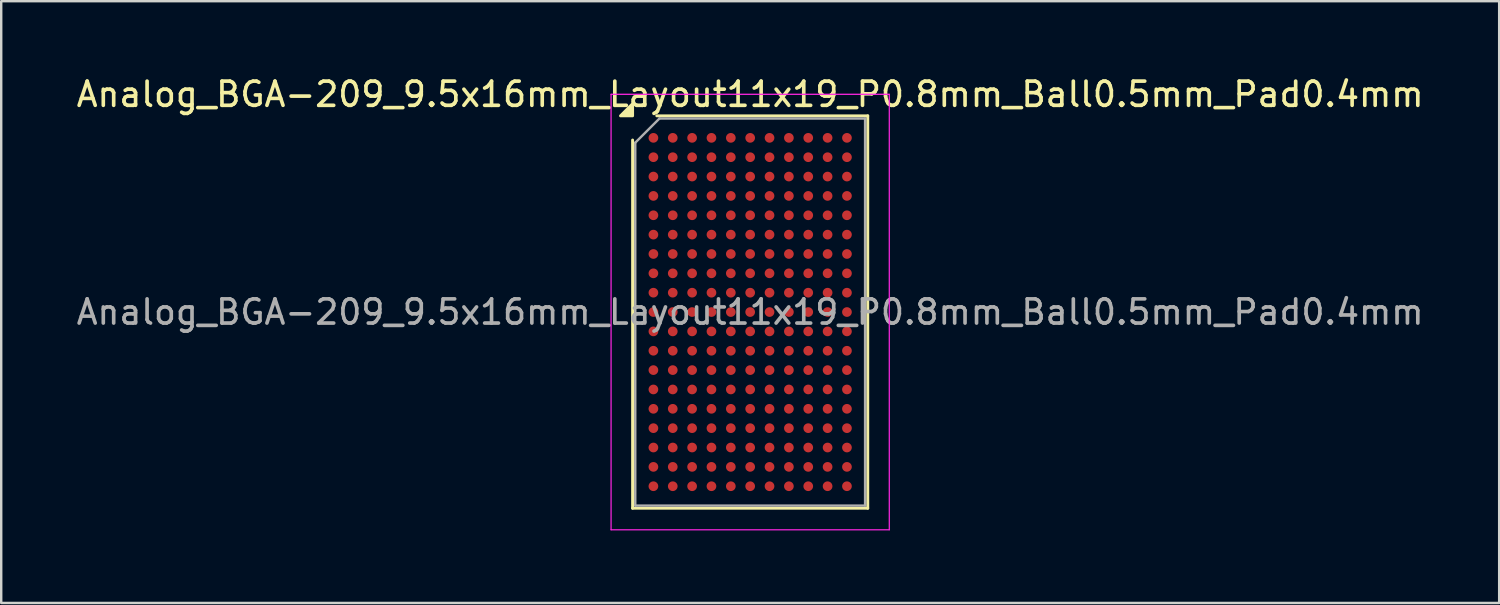
<source format=kicad_pcb>
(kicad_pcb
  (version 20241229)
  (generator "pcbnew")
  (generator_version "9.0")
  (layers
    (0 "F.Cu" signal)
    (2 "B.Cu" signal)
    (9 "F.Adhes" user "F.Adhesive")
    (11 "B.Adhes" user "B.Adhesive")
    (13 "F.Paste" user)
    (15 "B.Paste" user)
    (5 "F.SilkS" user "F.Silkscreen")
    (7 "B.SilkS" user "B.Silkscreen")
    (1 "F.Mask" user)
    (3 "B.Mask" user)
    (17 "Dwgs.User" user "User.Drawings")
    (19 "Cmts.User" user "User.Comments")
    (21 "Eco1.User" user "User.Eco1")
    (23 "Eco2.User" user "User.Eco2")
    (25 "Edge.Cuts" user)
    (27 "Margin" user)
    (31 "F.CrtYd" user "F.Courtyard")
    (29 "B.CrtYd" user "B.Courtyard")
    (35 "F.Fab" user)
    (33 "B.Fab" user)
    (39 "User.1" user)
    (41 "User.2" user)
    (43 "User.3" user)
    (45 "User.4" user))
  (footprint "Analog_BGA-209_9.5x16mm_Layout11x19_P0.8mm_Ball0.5mm_Pad0.4mm"
    (layer "F.Cu")
    (at 27.958 9.848)
    (property "Reference" "Analog_BGA-209_9.5x16mm_Layout11x19_P0.8mm_Ball0.5mm_Pad0.4mm" (at 0 -9 0) (layer "F.SilkS") (effects (font (size 1 1) (thickness 0.15))))
    (attr smd)
    (fp_line (start -4.86 8.11) (end -4.86 -7.11) (stroke (width 0.12) (type solid)) (layer "F.SilkS"))
    (fp_line (start -3.86 -8.11) (end 4.86 -8.11) (stroke (width 0.12) (type solid)) (layer "F.SilkS"))
    (fp_line (start 4.86 -8.11) (end 4.86 8.11) (stroke (width 0.12) (type solid)) (layer "F.SilkS"))
    (fp_line (start 4.86 8.11) (end -4.86 8.11) (stroke (width 0.12) (type solid)) (layer "F.SilkS"))
    (fp_poly (pts (xy -4.86 -8.11) (xy -5.36 -8.11) (xy -4.86 -8.61) (xy -4.86 -8.11)) (stroke (width 0.12) (type solid)) (fill yes) (layer "F.SilkS"))
    (fp_line (start -5.75 -9) (end -5.75 9) (stroke (width 0.05) (type solid)) (layer "F.CrtYd"))
    (fp_line (start -5.75 9) (end 5.75 9) (stroke (width 0.05) (type solid)) (layer "F.CrtYd"))
    (fp_line (start 5.75 -9) (end -5.75 -9) (stroke (width 0.05) (type solid)) (layer "F.CrtYd"))
    (fp_line (start 5.75 9) (end 5.75 -9) (stroke (width 0.05) (type solid)) (layer "F.CrtYd"))
    (fp_line (start -4.75 -7) (end -3.75 -8) (stroke (width 0.1) (type solid)) (layer "F.Fab"))
    (fp_line (start -4.75 8) (end -4.75 -7) (stroke (width 0.1) (type solid)) (layer "F.Fab"))
    (fp_line (start -3.75 -8) (end 4.75 -8) (stroke (width 0.1) (type solid)) (layer "F.Fab"))
    (fp_line (start 4.75 -8) (end 4.75 8) (stroke (width 0.1) (type solid)) (layer "F.Fab"))
    (fp_line (start 4.75 8) (end -4.75 8) (stroke (width 0.1) (type solid)) (layer "F.Fab"))
    (fp_text user "${REFERENCE}" (at 0 0 0) (layer "F.Fab") (effects (font (size 1 1) (thickness 0.15))))
    (pad "A1" smd circle (at -4 -7.2) (size 0.4 0.4) (property pad_prop_bga) (layers "F.Cu" "F.Mask" "F.Paste"))
    (pad "A2" smd circle (at -3.2 -7.2) (size 0.4 0.4) (property pad_prop_bga) (layers "F.Cu" "F.Mask" "F.Paste"))
    (pad "A3" smd circle (at -2.4 -7.2) (size 0.4 0.4) (property pad_prop_bga) (layers "F.Cu" "F.Mask" "F.Paste"))
    (pad "A4" smd circle (at -1.6 -7.2) (size 0.4 0.4) (property pad_prop_bga) (layers "F.Cu" "F.Mask" "F.Paste"))
    (pad "A5" smd circle (at -0.8 -7.2) (size 0.4 0.4) (property pad_prop_bga) (layers "F.Cu" "F.Mask" "F.Paste"))
    (pad "A6" smd circle (at 0 -7.2) (size 0.4 0.4) (property pad_prop_bga) (layers "F.Cu" "F.Mask" "F.Paste"))
    (pad "A7" smd circle (at 0.8 -7.2) (size 0.4 0.4) (property pad_prop_bga) (layers "F.Cu" "F.Mask" "F.Paste"))
    (pad "A8" smd circle (at 1.6 -7.2) (size 0.4 0.4) (property pad_prop_bga) (layers "F.Cu" "F.Mask" "F.Paste"))
    (pad "A9" smd circle (at 2.4 -7.2) (size 0.4 0.4) (property pad_prop_bga) (layers "F.Cu" "F.Mask" "F.Paste"))
    (pad "A10" smd circle (at 3.2 -7.2) (size 0.4 0.4) (property pad_prop_bga) (layers "F.Cu" "F.Mask" "F.Paste"))
    (pad "A11" smd circle (at 4 -7.2) (size 0.4 0.4) (property pad_prop_bga) (layers "F.Cu" "F.Mask" "F.Paste"))
    (pad "B1" smd circle (at -4 -6.4) (size 0.4 0.4) (property pad_prop_bga) (layers "F.Cu" "F.Mask" "F.Paste"))
    (pad "B2" smd circle (at -3.2 -6.4) (size 0.4 0.4) (property pad_prop_bga) (layers "F.Cu" "F.Mask" "F.Paste"))
    (pad "B3" smd circle (at -2.4 -6.4) (size 0.4 0.4) (property pad_prop_bga) (layers "F.Cu" "F.Mask" "F.Paste"))
    (pad "B4" smd circle (at -1.6 -6.4) (size 0.4 0.4) (property pad_prop_bga) (layers "F.Cu" "F.Mask" "F.Paste"))
    (pad "B5" smd circle (at -0.8 -6.4) (size 0.4 0.4) (property pad_prop_bga) (layers "F.Cu" "F.Mask" "F.Paste"))
    (pad "B6" smd circle (at 0 -6.4) (size 0.4 0.4) (property pad_prop_bga) (layers "F.Cu" "F.Mask" "F.Paste"))
    (pad "B7" smd circle (at 0.8 -6.4) (size 0.4 0.4) (property pad_prop_bga) (layers "F.Cu" "F.Mask" "F.Paste"))
    (pad "B8" smd circle (at 1.6 -6.4) (size 0.4 0.4) (property pad_prop_bga) (layers "F.Cu" "F.Mask" "F.Paste"))
    (pad "B9" smd circle (at 2.4 -6.4) (size 0.4 0.4) (property pad_prop_bga) (layers "F.Cu" "F.Mask" "F.Paste"))
    (pad "B10" smd circle (at 3.2 -6.4) (size 0.4 0.4) (property pad_prop_bga) (layers "F.Cu" "F.Mask" "F.Paste"))
    (pad "B11" smd circle (at 4 -6.4) (size 0.4 0.4) (property pad_prop_bga) (layers "F.Cu" "F.Mask" "F.Paste"))
    (pad "C1" smd circle (at -4 -5.6) (size 0.4 0.4) (property pad_prop_bga) (layers "F.Cu" "F.Mask" "F.Paste"))
    (pad "C2" smd circle (at -3.2 -5.6) (size 0.4 0.4) (property pad_prop_bga) (layers "F.Cu" "F.Mask" "F.Paste"))
    (pad "C3" smd circle (at -2.4 -5.6) (size 0.4 0.4) (property pad_prop_bga) (layers "F.Cu" "F.Mask" "F.Paste"))
    (pad "C4" smd circle (at -1.6 -5.6) (size 0.4 0.4) (property pad_prop_bga) (layers "F.Cu" "F.Mask" "F.Paste"))
    (pad "C5" smd circle (at -0.8 -5.6) (size 0.4 0.4) (property pad_prop_bga) (layers "F.Cu" "F.Mask" "F.Paste"))
    (pad "C6" smd circle (at 0 -5.6) (size 0.4 0.4) (property pad_prop_bga) (layers "F.Cu" "F.Mask" "F.Paste"))
    (pad "C7" smd circle (at 0.8 -5.6) (size 0.4 0.4) (property pad_prop_bga) (layers "F.Cu" "F.Mask" "F.Paste"))
    (pad "C8" smd circle (at 1.6 -5.6) (size 0.4 0.4) (property pad_prop_bga) (layers "F.Cu" "F.Mask" "F.Paste"))
    (pad "C9" smd circle (at 2.4 -5.6) (size 0.4 0.4) (property pad_prop_bga) (layers "F.Cu" "F.Mask" "F.Paste"))
    (pad "C10" smd circle (at 3.2 -5.6) (size 0.4 0.4) (property pad_prop_bga) (layers "F.Cu" "F.Mask" "F.Paste"))
    (pad "C11" smd circle (at 4 -5.6) (size 0.4 0.4) (property pad_prop_bga) (layers "F.Cu" "F.Mask" "F.Paste"))
    (pad "D1" smd circle (at -4 -4.8) (size 0.4 0.4) (property pad_prop_bga) (layers "F.Cu" "F.Mask" "F.Paste"))
    (pad "D2" smd circle (at -3.2 -4.8) (size 0.4 0.4) (property pad_prop_bga) (layers "F.Cu" "F.Mask" "F.Paste"))
    (pad "D3" smd circle (at -2.4 -4.8) (size 0.4 0.4) (property pad_prop_bga) (layers "F.Cu" "F.Mask" "F.Paste"))
    (pad "D4" smd circle (at -1.6 -4.8) (size 0.4 0.4) (property pad_prop_bga) (layers "F.Cu" "F.Mask" "F.Paste"))
    (pad "D5" smd circle (at -0.8 -4.8) (size 0.4 0.4) (property pad_prop_bga) (layers "F.Cu" "F.Mask" "F.Paste"))
    (pad "D6" smd circle (at 0 -4.8) (size 0.4 0.4) (property pad_prop_bga) (layers "F.Cu" "F.Mask" "F.Paste"))
    (pad "D7" smd circle (at 0.8 -4.8) (size 0.4 0.4) (property pad_prop_bga) (layers "F.Cu" "F.Mask" "F.Paste"))
    (pad "D8" smd circle (at 1.6 -4.8) (size 0.4 0.4) (property pad_prop_bga) (layers "F.Cu" "F.Mask" "F.Paste"))
    (pad "D9" smd circle (at 2.4 -4.8) (size 0.4 0.4) (property pad_prop_bga) (layers "F.Cu" "F.Mask" "F.Paste"))
    (pad "D10" smd circle (at 3.2 -4.8) (size 0.4 0.4) (property pad_prop_bga) (layers "F.Cu" "F.Mask" "F.Paste"))
    (pad "D11" smd circle (at 4 -4.8) (size 0.4 0.4) (property pad_prop_bga) (layers "F.Cu" "F.Mask" "F.Paste"))
    (pad "E1" smd circle (at -4 -4) (size 0.4 0.4) (property pad_prop_bga) (layers "F.Cu" "F.Mask" "F.Paste"))
    (pad "E2" smd circle (at -3.2 -4) (size 0.4 0.4) (property pad_prop_bga) (layers "F.Cu" "F.Mask" "F.Paste"))
    (pad "E3" smd circle (at -2.4 -4) (size 0.4 0.4) (property pad_prop_bga) (layers "F.Cu" "F.Mask" "F.Paste"))
    (pad "E4" smd circle (at -1.6 -4) (size 0.4 0.4) (property pad_prop_bga) (layers "F.Cu" "F.Mask" "F.Paste"))
    (pad "E5" smd circle (at -0.8 -4) (size 0.4 0.4) (property pad_prop_bga) (layers "F.Cu" "F.Mask" "F.Paste"))
    (pad "E6" smd circle (at 0 -4) (size 0.4 0.4) (property pad_prop_bga) (layers "F.Cu" "F.Mask" "F.Paste"))
    (pad "E7" smd circle (at 0.8 -4) (size 0.4 0.4) (property pad_prop_bga) (layers "F.Cu" "F.Mask" "F.Paste"))
    (pad "E8" smd circle (at 1.6 -4) (size 0.4 0.4) (property pad_prop_bga) (layers "F.Cu" "F.Mask" "F.Paste"))
    (pad "E9" smd circle (at 2.4 -4) (size 0.4 0.4) (property pad_prop_bga) (layers "F.Cu" "F.Mask" "F.Paste"))
    (pad "E10" smd circle (at 3.2 -4) (size 0.4 0.4) (property pad_prop_bga) (layers "F.Cu" "F.Mask" "F.Paste"))
    (pad "E11" smd circle (at 4 -4) (size 0.4 0.4) (property pad_prop_bga) (layers "F.Cu" "F.Mask" "F.Paste"))
    (pad "F1" smd circle (at -4 -3.2) (size 0.4 0.4) (property pad_prop_bga) (layers "F.Cu" "F.Mask" "F.Paste"))
    (pad "F2" smd circle (at -3.2 -3.2) (size 0.4 0.4) (property pad_prop_bga) (layers "F.Cu" "F.Mask" "F.Paste"))
    (pad "F3" smd circle (at -2.4 -3.2) (size 0.4 0.4) (property pad_prop_bga) (layers "F.Cu" "F.Mask" "F.Paste"))
    (pad "F4" smd circle (at -1.6 -3.2) (size 0.4 0.4) (property pad_prop_bga) (layers "F.Cu" "F.Mask" "F.Paste"))
    (pad "F5" smd circle (at -0.8 -3.2) (size 0.4 0.4) (property pad_prop_bga) (layers "F.Cu" "F.Mask" "F.Paste"))
    (pad "F6" smd circle (at 0 -3.2) (size 0.4 0.4) (property pad_prop_bga) (layers "F.Cu" "F.Mask" "F.Paste"))
    (pad "F7" smd circle (at 0.8 -3.2) (size 0.4 0.4) (property pad_prop_bga) (layers "F.Cu" "F.Mask" "F.Paste"))
    (pad "F8" smd circle (at 1.6 -3.2) (size 0.4 0.4) (property pad_prop_bga) (layers "F.Cu" "F.Mask" "F.Paste"))
    (pad "F9" smd circle (at 2.4 -3.2) (size 0.4 0.4) (property pad_prop_bga) (layers "F.Cu" "F.Mask" "F.Paste"))
    (pad "F10" smd circle (at 3.2 -3.2) (size 0.4 0.4) (property pad_prop_bga) (layers "F.Cu" "F.Mask" "F.Paste"))
    (pad "F11" smd circle (at 4 -3.2) (size 0.4 0.4) (property pad_prop_bga) (layers "F.Cu" "F.Mask" "F.Paste"))
    (pad "G1" smd circle (at -4 -2.4) (size 0.4 0.4) (property pad_prop_bga) (layers "F.Cu" "F.Mask" "F.Paste"))
    (pad "G2" smd circle (at -3.2 -2.4) (size 0.4 0.4) (property pad_prop_bga) (layers "F.Cu" "F.Mask" "F.Paste"))
    (pad "G3" smd circle (at -2.4 -2.4) (size 0.4 0.4) (property pad_prop_bga) (layers "F.Cu" "F.Mask" "F.Paste"))
    (pad "G4" smd circle (at -1.6 -2.4) (size 0.4 0.4) (property pad_prop_bga) (layers "F.Cu" "F.Mask" "F.Paste"))
    (pad "G5" smd circle (at -0.8 -2.4) (size 0.4 0.4) (property pad_prop_bga) (layers "F.Cu" "F.Mask" "F.Paste"))
    (pad "G6" smd circle (at 0 -2.4) (size 0.4 0.4) (property pad_prop_bga) (layers "F.Cu" "F.Mask" "F.Paste"))
    (pad "G7" smd circle (at 0.8 -2.4) (size 0.4 0.4) (property pad_prop_bga) (layers "F.Cu" "F.Mask" "F.Paste"))
    (pad "G8" smd circle (at 1.6 -2.4) (size 0.4 0.4) (property pad_prop_bga) (layers "F.Cu" "F.Mask" "F.Paste"))
    (pad "G9" smd circle (at 2.4 -2.4) (size 0.4 0.4) (property pad_prop_bga) (layers "F.Cu" "F.Mask" "F.Paste"))
    (pad "G10" smd circle (at 3.2 -2.4) (size 0.4 0.4) (property pad_prop_bga) (layers "F.Cu" "F.Mask" "F.Paste"))
    (pad "G11" smd circle (at 4 -2.4) (size 0.4 0.4) (property pad_prop_bga) (layers "F.Cu" "F.Mask" "F.Paste"))
    (pad "H1" smd circle (at -4 -1.6) (size 0.4 0.4) (property pad_prop_bga) (layers "F.Cu" "F.Mask" "F.Paste"))
    (pad "H2" smd circle (at -3.2 -1.6) (size 0.4 0.4) (property pad_prop_bga) (layers "F.Cu" "F.Mask" "F.Paste"))
    (pad "H3" smd circle (at -2.4 -1.6) (size 0.4 0.4) (property pad_prop_bga) (layers "F.Cu" "F.Mask" "F.Paste"))
    (pad "H4" smd circle (at -1.6 -1.6) (size 0.4 0.4) (property pad_prop_bga) (layers "F.Cu" "F.Mask" "F.Paste"))
    (pad "H5" smd circle (at -0.8 -1.6) (size 0.4 0.4) (property pad_prop_bga) (layers "F.Cu" "F.Mask" "F.Paste"))
    (pad "H6" smd circle (at 0 -1.6) (size 0.4 0.4) (property pad_prop_bga) (layers "F.Cu" "F.Mask" "F.Paste"))
    (pad "H7" smd circle (at 0.8 -1.6) (size 0.4 0.4) (property pad_prop_bga) (layers "F.Cu" "F.Mask" "F.Paste"))
    (pad "H8" smd circle (at 1.6 -1.6) (size 0.4 0.4) (property pad_prop_bga) (layers "F.Cu" "F.Mask" "F.Paste"))
    (pad "H9" smd circle (at 2.4 -1.6) (size 0.4 0.4) (property pad_prop_bga) (layers "F.Cu" "F.Mask" "F.Paste"))
    (pad "H10" smd circle (at 3.2 -1.6) (size 0.4 0.4) (property pad_prop_bga) (layers "F.Cu" "F.Mask" "F.Paste"))
    (pad "H11" smd circle (at 4 -1.6) (size 0.4 0.4) (property pad_prop_bga) (layers "F.Cu" "F.Mask" "F.Paste"))
    (pad "J1" smd circle (at -4 -0.8) (size 0.4 0.4) (property pad_prop_bga) (layers "F.Cu" "F.Mask" "F.Paste"))
    (pad "J2" smd circle (at -3.2 -0.8) (size 0.4 0.4) (property pad_prop_bga) (layers "F.Cu" "F.Mask" "F.Paste"))
    (pad "J3" smd circle (at -2.4 -0.8) (size 0.4 0.4) (property pad_prop_bga) (layers "F.Cu" "F.Mask" "F.Paste"))
    (pad "J4" smd circle (at -1.6 -0.8) (size 0.4 0.4) (property pad_prop_bga) (layers "F.Cu" "F.Mask" "F.Paste"))
    (pad "J5" smd circle (at -0.8 -0.8) (size 0.4 0.4) (property pad_prop_bga) (layers "F.Cu" "F.Mask" "F.Paste"))
    (pad "J6" smd circle (at 0 -0.8) (size 0.4 0.4) (property pad_prop_bga) (layers "F.Cu" "F.Mask" "F.Paste"))
    (pad "J7" smd circle (at 0.8 -0.8) (size 0.4 0.4) (property pad_prop_bga) (layers "F.Cu" "F.Mask" "F.Paste"))
    (pad "J8" smd circle (at 1.6 -0.8) (size 0.4 0.4) (property pad_prop_bga) (layers "F.Cu" "F.Mask" "F.Paste"))
    (pad "J9" smd circle (at 2.4 -0.8) (size 0.4 0.4) (property pad_prop_bga) (layers "F.Cu" "F.Mask" "F.Paste"))
    (pad "J10" smd circle (at 3.2 -0.8) (size 0.4 0.4) (property pad_prop_bga) (layers "F.Cu" "F.Mask" "F.Paste"))
    (pad "J11" smd circle (at 4 -0.8) (size 0.4 0.4) (property pad_prop_bga) (layers "F.Cu" "F.Mask" "F.Paste"))
    (pad "K1" smd circle (at -4 0) (size 0.4 0.4) (property pad_prop_bga) (layers "F.Cu" "F.Mask" "F.Paste"))
    (pad "K2" smd circle (at -3.2 0) (size 0.4 0.4) (property pad_prop_bga) (layers "F.Cu" "F.Mask" "F.Paste"))
    (pad "K3" smd circle (at -2.4 0) (size 0.4 0.4) (property pad_prop_bga) (layers "F.Cu" "F.Mask" "F.Paste"))
    (pad "K4" smd circle (at -1.6 0) (size 0.4 0.4) (property pad_prop_bga) (layers "F.Cu" "F.Mask" "F.Paste"))
    (pad "K5" smd circle (at -0.8 0) (size 0.4 0.4) (property pad_prop_bga) (layers "F.Cu" "F.Mask" "F.Paste"))
    (pad "K6" smd circle (at 0 0) (size 0.4 0.4) (property pad_prop_bga) (layers "F.Cu" "F.Mask" "F.Paste"))
    (pad "K7" smd circle (at 0.8 0) (size 0.4 0.4) (property pad_prop_bga) (layers "F.Cu" "F.Mask" "F.Paste"))
    (pad "K8" smd circle (at 1.6 0) (size 0.4 0.4) (property pad_prop_bga) (layers "F.Cu" "F.Mask" "F.Paste"))
    (pad "K9" smd circle (at 2.4 0) (size 0.4 0.4) (property pad_prop_bga) (layers "F.Cu" "F.Mask" "F.Paste"))
    (pad "K10" smd circle (at 3.2 0) (size 0.4 0.4) (property pad_prop_bga) (layers "F.Cu" "F.Mask" "F.Paste"))
    (pad "K11" smd circle (at 4 0) (size 0.4 0.4) (property pad_prop_bga) (layers "F.Cu" "F.Mask" "F.Paste"))
    (pad "L1" smd circle (at -4 0.8) (size 0.4 0.4) (property pad_prop_bga) (layers "F.Cu" "F.Mask" "F.Paste"))
    (pad "L2" smd circle (at -3.2 0.8) (size 0.4 0.4) (property pad_prop_bga) (layers "F.Cu" "F.Mask" "F.Paste"))
    (pad "L3" smd circle (at -2.4 0.8) (size 0.4 0.4) (property pad_prop_bga) (layers "F.Cu" "F.Mask" "F.Paste"))
    (pad "L4" smd circle (at -1.6 0.8) (size 0.4 0.4) (property pad_prop_bga) (layers "F.Cu" "F.Mask" "F.Paste"))
    (pad "L5" smd circle (at -0.8 0.8) (size 0.4 0.4) (property pad_prop_bga) (layers "F.Cu" "F.Mask" "F.Paste"))
    (pad "L6" smd circle (at 0 0.8) (size 0.4 0.4) (property pad_prop_bga) (layers "F.Cu" "F.Mask" "F.Paste"))
    (pad "L7" smd circle (at 0.8 0.8) (size 0.4 0.4) (property pad_prop_bga) (layers "F.Cu" "F.Mask" "F.Paste"))
    (pad "L8" smd circle (at 1.6 0.8) (size 0.4 0.4) (property pad_prop_bga) (layers "F.Cu" "F.Mask" "F.Paste"))
    (pad "L9" smd circle (at 2.4 0.8) (size 0.4 0.4) (property pad_prop_bga) (layers "F.Cu" "F.Mask" "F.Paste"))
    (pad "L10" smd circle (at 3.2 0.8) (size 0.4 0.4) (property pad_prop_bga) (layers "F.Cu" "F.Mask" "F.Paste"))
    (pad "L11" smd circle (at 4 0.8) (size 0.4 0.4) (property pad_prop_bga) (layers "F.Cu" "F.Mask" "F.Paste"))
    (pad "M1" smd circle (at -4 1.6) (size 0.4 0.4) (property pad_prop_bga) (layers "F.Cu" "F.Mask" "F.Paste"))
    (pad "M2" smd circle (at -3.2 1.6) (size 0.4 0.4) (property pad_prop_bga) (layers "F.Cu" "F.Mask" "F.Paste"))
    (pad "M3" smd circle (at -2.4 1.6) (size 0.4 0.4) (property pad_prop_bga) (layers "F.Cu" "F.Mask" "F.Paste"))
    (pad "M4" smd circle (at -1.6 1.6) (size 0.4 0.4) (property pad_prop_bga) (layers "F.Cu" "F.Mask" "F.Paste"))
    (pad "M5" smd circle (at -0.8 1.6) (size 0.4 0.4) (property pad_prop_bga) (layers "F.Cu" "F.Mask" "F.Paste"))
    (pad "M6" smd circle (at 0 1.6) (size 0.4 0.4) (property pad_prop_bga) (layers "F.Cu" "F.Mask" "F.Paste"))
    (pad "M7" smd circle (at 0.8 1.6) (size 0.4 0.4) (property pad_prop_bga) (layers "F.Cu" "F.Mask" "F.Paste"))
    (pad "M8" smd circle (at 1.6 1.6) (size 0.4 0.4) (property pad_prop_bga) (layers "F.Cu" "F.Mask" "F.Paste"))
    (pad "M9" smd circle (at 2.4 1.6) (size 0.4 0.4) (property pad_prop_bga) (layers "F.Cu" "F.Mask" "F.Paste"))
    (pad "M10" smd circle (at 3.2 1.6) (size 0.4 0.4) (property pad_prop_bga) (layers "F.Cu" "F.Mask" "F.Paste"))
    (pad "M11" smd circle (at 4 1.6) (size 0.4 0.4) (property pad_prop_bga) (layers "F.Cu" "F.Mask" "F.Paste"))
    (pad "N1" smd circle (at -4 2.4) (size 0.4 0.4) (property pad_prop_bga) (layers "F.Cu" "F.Mask" "F.Paste"))
    (pad "N2" smd circle (at -3.2 2.4) (size 0.4 0.4) (property pad_prop_bga) (layers "F.Cu" "F.Mask" "F.Paste"))
    (pad "N3" smd circle (at -2.4 2.4) (size 0.4 0.4) (property pad_prop_bga) (layers "F.Cu" "F.Mask" "F.Paste"))
    (pad "N4" smd circle (at -1.6 2.4) (size 0.4 0.4) (property pad_prop_bga) (layers "F.Cu" "F.Mask" "F.Paste"))
    (pad "N5" smd circle (at -0.8 2.4) (size 0.4 0.4) (property pad_prop_bga) (layers "F.Cu" "F.Mask" "F.Paste"))
    (pad "N6" smd circle (at 0 2.4) (size 0.4 0.4) (property pad_prop_bga) (layers "F.Cu" "F.Mask" "F.Paste"))
    (pad "N7" smd circle (at 0.8 2.4) (size 0.4 0.4) (property pad_prop_bga) (layers "F.Cu" "F.Mask" "F.Paste"))
    (pad "N8" smd circle (at 1.6 2.4) (size 0.4 0.4) (property pad_prop_bga) (layers "F.Cu" "F.Mask" "F.Paste"))
    (pad "N9" smd circle (at 2.4 2.4) (size 0.4 0.4) (property pad_prop_bga) (layers "F.Cu" "F.Mask" "F.Paste"))
    (pad "N10" smd circle (at 3.2 2.4) (size 0.4 0.4) (property pad_prop_bga) (layers "F.Cu" "F.Mask" "F.Paste"))
    (pad "N11" smd circle (at 4 2.4) (size 0.4 0.4) (property pad_prop_bga) (layers "F.Cu" "F.Mask" "F.Paste"))
    (pad "P1" smd circle (at -4 3.2) (size 0.4 0.4) (property pad_prop_bga) (layers "F.Cu" "F.Mask" "F.Paste"))
    (pad "P2" smd circle (at -3.2 3.2) (size 0.4 0.4) (property pad_prop_bga) (layers "F.Cu" "F.Mask" "F.Paste"))
    (pad "P3" smd circle (at -2.4 3.2) (size 0.4 0.4) (property pad_prop_bga) (layers "F.Cu" "F.Mask" "F.Paste"))
    (pad "P4" smd circle (at -1.6 3.2) (size 0.4 0.4) (property pad_prop_bga) (layers "F.Cu" "F.Mask" "F.Paste"))
    (pad "P5" smd circle (at -0.8 3.2) (size 0.4 0.4) (property pad_prop_bga) (layers "F.Cu" "F.Mask" "F.Paste"))
    (pad "P6" smd circle (at 0 3.2) (size 0.4 0.4) (property pad_prop_bga) (layers "F.Cu" "F.Mask" "F.Paste"))
    (pad "P7" smd circle (at 0.8 3.2) (size 0.4 0.4) (property pad_prop_bga) (layers "F.Cu" "F.Mask" "F.Paste"))
    (pad "P8" smd circle (at 1.6 3.2) (size 0.4 0.4) (property pad_prop_bga) (layers "F.Cu" "F.Mask" "F.Paste"))
    (pad "P9" smd circle (at 2.4 3.2) (size 0.4 0.4) (property pad_prop_bga) (layers "F.Cu" "F.Mask" "F.Paste"))
    (pad "P10" smd circle (at 3.2 3.2) (size 0.4 0.4) (property pad_prop_bga) (layers "F.Cu" "F.Mask" "F.Paste"))
    (pad "P11" smd circle (at 4 3.2) (size 0.4 0.4) (property pad_prop_bga) (layers "F.Cu" "F.Mask" "F.Paste"))
    (pad "R1" smd circle (at -4 4) (size 0.4 0.4) (property pad_prop_bga) (layers "F.Cu" "F.Mask" "F.Paste"))
    (pad "R2" smd circle (at -3.2 4) (size 0.4 0.4) (property pad_prop_bga) (layers "F.Cu" "F.Mask" "F.Paste"))
    (pad "R3" smd circle (at -2.4 4) (size 0.4 0.4) (property pad_prop_bga) (layers "F.Cu" "F.Mask" "F.Paste"))
    (pad "R4" smd circle (at -1.6 4) (size 0.4 0.4) (property pad_prop_bga) (layers "F.Cu" "F.Mask" "F.Paste"))
    (pad "R5" smd circle (at -0.8 4) (size 0.4 0.4) (property pad_prop_bga) (layers "F.Cu" "F.Mask" "F.Paste"))
    (pad "R6" smd circle (at 0 4) (size 0.4 0.4) (property pad_prop_bga) (layers "F.Cu" "F.Mask" "F.Paste"))
    (pad "R7" smd circle (at 0.8 4) (size 0.4 0.4) (property pad_prop_bga) (layers "F.Cu" "F.Mask" "F.Paste"))
    (pad "R8" smd circle (at 1.6 4) (size 0.4 0.4) (property pad_prop_bga) (layers "F.Cu" "F.Mask" "F.Paste"))
    (pad "R9" smd circle (at 2.4 4) (size 0.4 0.4) (property pad_prop_bga) (layers "F.Cu" "F.Mask" "F.Paste"))
    (pad "R10" smd circle (at 3.2 4) (size 0.4 0.4) (property pad_prop_bga) (layers "F.Cu" "F.Mask" "F.Paste"))
    (pad "R11" smd circle (at 4 4) (size 0.4 0.4) (property pad_prop_bga) (layers "F.Cu" "F.Mask" "F.Paste"))
    (pad "T1" smd circle (at -4 4.8) (size 0.4 0.4) (property pad_prop_bga) (layers "F.Cu" "F.Mask" "F.Paste"))
    (pad "T2" smd circle (at -3.2 4.8) (size 0.4 0.4) (property pad_prop_bga) (layers "F.Cu" "F.Mask" "F.Paste"))
    (pad "T3" smd circle (at -2.4 4.8) (size 0.4 0.4) (property pad_prop_bga) (layers "F.Cu" "F.Mask" "F.Paste"))
    (pad "T4" smd circle (at -1.6 4.8) (size 0.4 0.4) (property pad_prop_bga) (layers "F.Cu" "F.Mask" "F.Paste"))
    (pad "T5" smd circle (at -0.8 4.8) (size 0.4 0.4) (property pad_prop_bga) (layers "F.Cu" "F.Mask" "F.Paste"))
    (pad "T6" smd circle (at 0 4.8) (size 0.4 0.4) (property pad_prop_bga) (layers "F.Cu" "F.Mask" "F.Paste"))
    (pad "T7" smd circle (at 0.8 4.8) (size 0.4 0.4) (property pad_prop_bga) (layers "F.Cu" "F.Mask" "F.Paste"))
    (pad "T8" smd circle (at 1.6 4.8) (size 0.4 0.4) (property pad_prop_bga) (layers "F.Cu" "F.Mask" "F.Paste"))
    (pad "T9" smd circle (at 2.4 4.8) (size 0.4 0.4) (property pad_prop_bga) (layers "F.Cu" "F.Mask" "F.Paste"))
    (pad "T10" smd circle (at 3.2 4.8) (size 0.4 0.4) (property pad_prop_bga) (layers "F.Cu" "F.Mask" "F.Paste"))
    (pad "T11" smd circle (at 4 4.8) (size 0.4 0.4) (property pad_prop_bga) (layers "F.Cu" "F.Mask" "F.Paste"))
    (pad "U1" smd circle (at -4 5.6) (size 0.4 0.4) (property pad_prop_bga) (layers "F.Cu" "F.Mask" "F.Paste"))
    (pad "U2" smd circle (at -3.2 5.6) (size 0.4 0.4) (property pad_prop_bga) (layers "F.Cu" "F.Mask" "F.Paste"))
    (pad "U3" smd circle (at -2.4 5.6) (size 0.4 0.4) (property pad_prop_bga) (layers "F.Cu" "F.Mask" "F.Paste"))
    (pad "U4" smd circle (at -1.6 5.6) (size 0.4 0.4) (property pad_prop_bga) (layers "F.Cu" "F.Mask" "F.Paste"))
    (pad "U5" smd circle (at -0.8 5.6) (size 0.4 0.4) (property pad_prop_bga) (layers "F.Cu" "F.Mask" "F.Paste"))
    (pad "U6" smd circle (at 0 5.6) (size 0.4 0.4) (property pad_prop_bga) (layers "F.Cu" "F.Mask" "F.Paste"))
    (pad "U7" smd circle (at 0.8 5.6) (size 0.4 0.4) (property pad_prop_bga) (layers "F.Cu" "F.Mask" "F.Paste"))
    (pad "U8" smd circle (at 1.6 5.6) (size 0.4 0.4) (property pad_prop_bga) (layers "F.Cu" "F.Mask" "F.Paste"))
    (pad "U9" smd circle (at 2.4 5.6) (size 0.4 0.4) (property pad_prop_bga) (layers "F.Cu" "F.Mask" "F.Paste"))
    (pad "U10" smd circle (at 3.2 5.6) (size 0.4 0.4) (property pad_prop_bga) (layers "F.Cu" "F.Mask" "F.Paste"))
    (pad "U11" smd circle (at 4 5.6) (size 0.4 0.4) (property pad_prop_bga) (layers "F.Cu" "F.Mask" "F.Paste"))
    (pad "V1" smd circle (at -4 6.4) (size 0.4 0.4) (property pad_prop_bga) (layers "F.Cu" "F.Mask" "F.Paste"))
    (pad "V2" smd circle (at -3.2 6.4) (size 0.4 0.4) (property pad_prop_bga) (layers "F.Cu" "F.Mask" "F.Paste"))
    (pad "V3" smd circle (at -2.4 6.4) (size 0.4 0.4) (property pad_prop_bga) (layers "F.Cu" "F.Mask" "F.Paste"))
    (pad "V4" smd circle (at -1.6 6.4) (size 0.4 0.4) (property pad_prop_bga) (layers "F.Cu" "F.Mask" "F.Paste"))
    (pad "V5" smd circle (at -0.8 6.4) (size 0.4 0.4) (property pad_prop_bga) (layers "F.Cu" "F.Mask" "F.Paste"))
    (pad "V6" smd circle (at 0 6.4) (size 0.4 0.4) (property pad_prop_bga) (layers "F.Cu" "F.Mask" "F.Paste"))
    (pad "V7" smd circle (at 0.8 6.4) (size 0.4 0.4) (property pad_prop_bga) (layers "F.Cu" "F.Mask" "F.Paste"))
    (pad "V8" smd circle (at 1.6 6.4) (size 0.4 0.4) (property pad_prop_bga) (layers "F.Cu" "F.Mask" "F.Paste"))
    (pad "V9" smd circle (at 2.4 6.4) (size 0.4 0.4) (property pad_prop_bga) (layers "F.Cu" "F.Mask" "F.Paste"))
    (pad "V10" smd circle (at 3.2 6.4) (size 0.4 0.4) (property pad_prop_bga) (layers "F.Cu" "F.Mask" "F.Paste"))
    (pad "V11" smd circle (at 4 6.4) (size 0.4 0.4) (property pad_prop_bga) (layers "F.Cu" "F.Mask" "F.Paste"))
    (pad "W1" smd circle (at -4 7.2) (size 0.4 0.4) (property pad_prop_bga) (layers "F.Cu" "F.Mask" "F.Paste"))
    (pad "W2" smd circle (at -3.2 7.2) (size 0.4 0.4) (property pad_prop_bga) (layers "F.Cu" "F.Mask" "F.Paste"))
    (pad "W3" smd circle (at -2.4 7.2) (size 0.4 0.4) (property pad_prop_bga) (layers "F.Cu" "F.Mask" "F.Paste"))
    (pad "W4" smd circle (at -1.6 7.2) (size 0.4 0.4) (property pad_prop_bga) (layers "F.Cu" "F.Mask" "F.Paste"))
    (pad "W5" smd circle (at -0.8 7.2) (size 0.4 0.4) (property pad_prop_bga) (layers "F.Cu" "F.Mask" "F.Paste"))
    (pad "W6" smd circle (at 0 7.2) (size 0.4 0.4) (property pad_prop_bga) (layers "F.Cu" "F.Mask" "F.Paste"))
    (pad "W7" smd circle (at 0.8 7.2) (size 0.4 0.4) (property pad_prop_bga) (layers "F.Cu" "F.Mask" "F.Paste"))
    (pad "W8" smd circle (at 1.6 7.2) (size 0.4 0.4) (property pad_prop_bga) (layers "F.Cu" "F.Mask" "F.Paste"))
    (pad "W9" smd circle (at 2.4 7.2) (size 0.4 0.4) (property pad_prop_bga) (layers "F.Cu" "F.Mask" "F.Paste"))
    (pad "W10" smd circle (at 3.2 7.2) (size 0.4 0.4) (property pad_prop_bga) (layers "F.Cu" "F.Mask" "F.Paste"))
    (pad "W11" smd circle (at 4 7.2) (size 0.4 0.4) (property pad_prop_bga) (layers "F.Cu" "F.Mask" "F.Paste")))
  (gr_rect
    (start -3 -3)
    (end 58.917 21.873)
    (stroke (width 0.1) (type default))
    (fill no)
    (layer "Edge.Cuts")))
</source>
